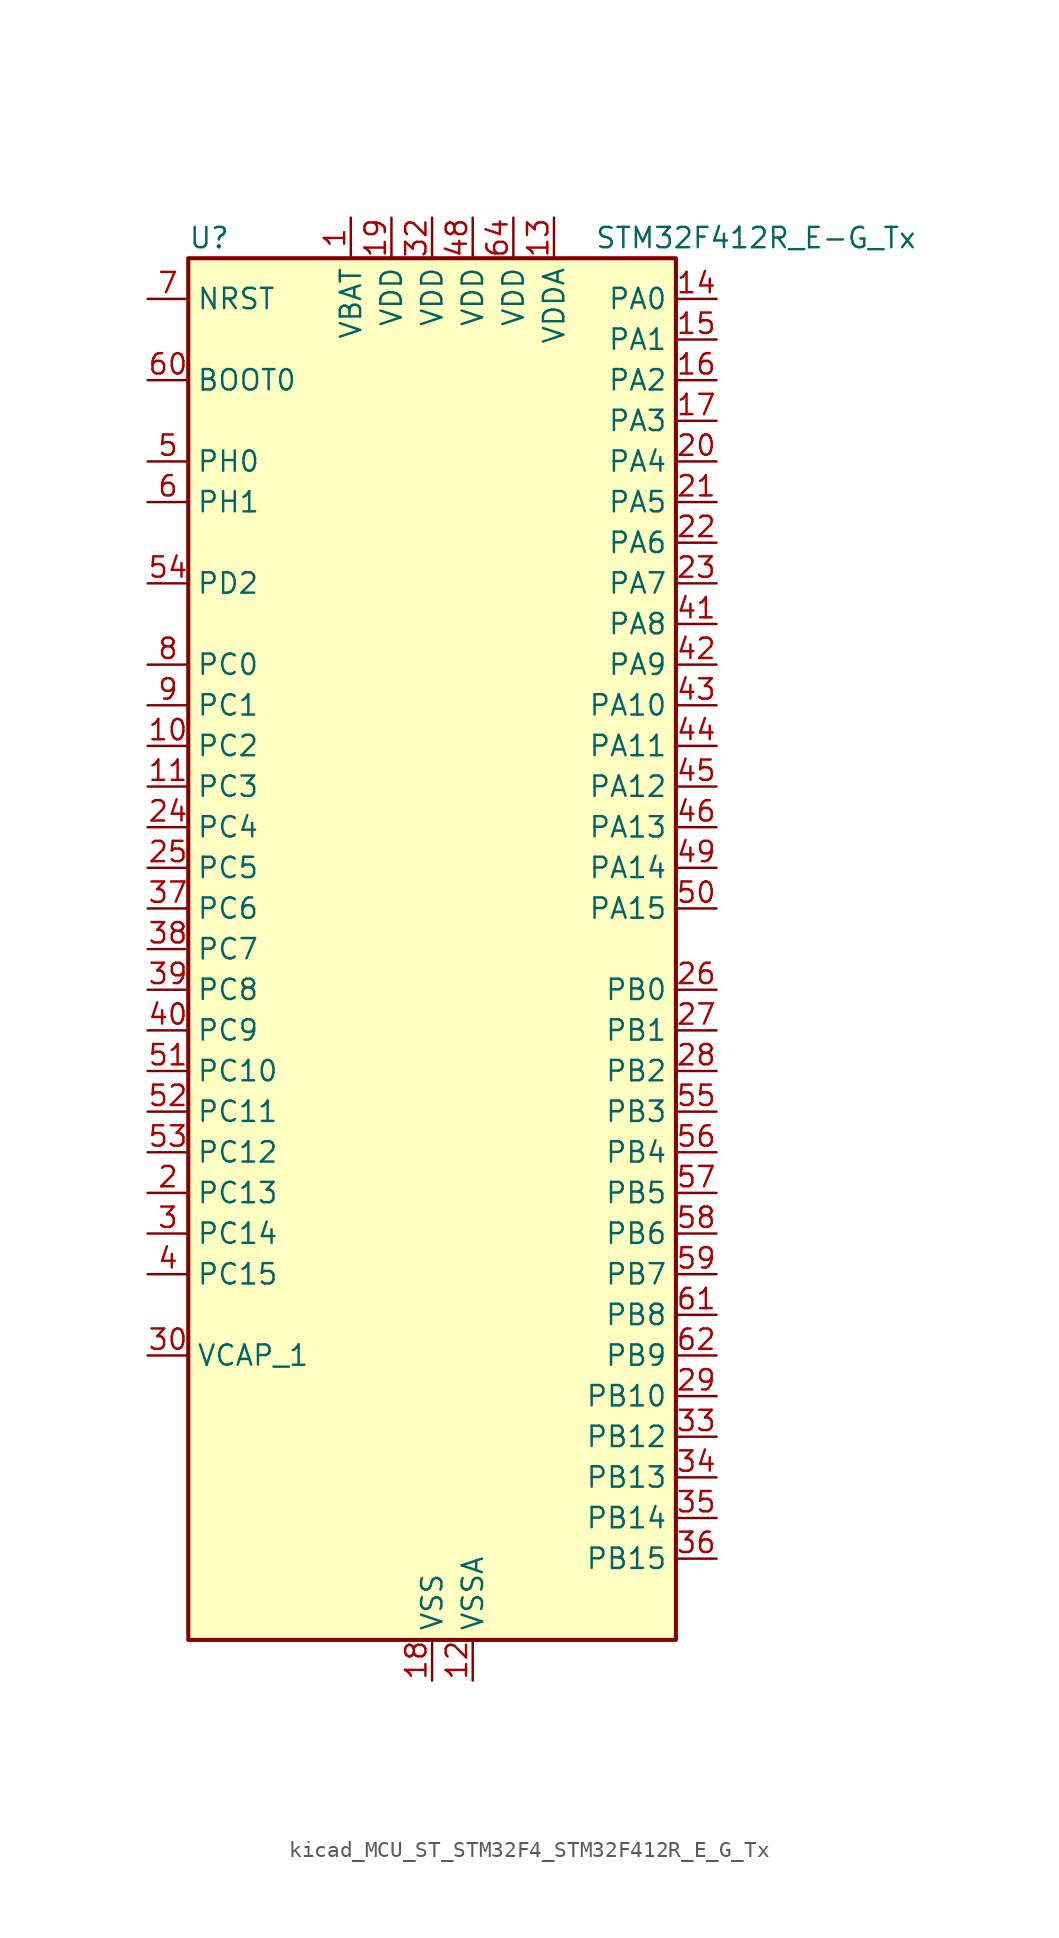
<source format=kicad_sym>
(kicad_symbol_lib
  (version 20220914)
  (generator kicad_symbol_editor)
  (symbol "kicad_MCU_ST_STM32F4_STM32F412R_E_G_Tx"
    (property "Reference" "U"
      (at -15.24 44.45 0)
      (effects (font (size 1.27 1.27)) (justify left)))
    (property "Value" "STM32F412R_E-G_Tx"
      (at 10.16 44.45 0)
      (effects (font (size 1.27 1.27)) (justify left)))
    (property "ki_locked" ""
      (at 0 0 0)
      (effects (font (size 1.27 1.27))))
    (symbol "kicad_MCU_ST_STM32F4_STM32F412R_E_G_Tx_0_1"
      (rectangle (start -15.24 -43.18) (end 15.24 43.18) (stroke (width 0.254) (type default)) (fill (type background))))
    (symbol "kicad_MCU_ST_STM32F4_STM32F412R_E_G_Tx_1_1"
      (pin power_in line (at -5.08 45.72 270) (length 2.54) (name "VBAT" (effects (font (size 1.27 1.27)))) (number "1" (effects (font (size 1.27 1.27)))))
      (pin bidirectional line (at -17.78 12.7 0) (length 2.54) (name "PC2" (effects (font (size 1.27 1.27)))) (number "10" (effects (font (size 1.27 1.27)))) (alternate "ADC1_IN12" bidirectional line) (alternate "DFSDM1_CKOUT" bidirectional line) (alternate "FSMC_NWE" bidirectional line) (alternate "I2S2_ext_SD" bidirectional line) (alternate "SPI2_MISO" bidirectional line))
      (pin bidirectional line (at -17.78 10.16 0) (length 2.54) (name "PC3" (effects (font (size 1.27 1.27)))) (number "11" (effects (font (size 1.27 1.27)))) (alternate "ADC1_IN13" bidirectional line) (alternate "FSMC_A0" bidirectional line) (alternate "I2S2_SD" bidirectional line) (alternate "SPI2_MOSI" bidirectional line))
      (pin power_in line (at 2.54 -45.72 90) (length 2.54) (name "VSSA" (effects (font (size 1.27 1.27)))) (number "12" (effects (font (size 1.27 1.27)))))
      (pin power_in line (at 7.62 45.72 270) (length 2.54) (name "VDDA" (effects (font (size 1.27 1.27)))) (number "13" (effects (font (size 1.27 1.27)))))
      (pin bidirectional line (at 17.78 40.64 180) (length 2.54) (name "PA0" (effects (font (size 1.27 1.27)))) (number "14" (effects (font (size 1.27 1.27)))) (alternate "ADC1_IN0" bidirectional line) (alternate "SYS_WKUP1" bidirectional line) (alternate "TIM2_CH1" bidirectional line) (alternate "TIM2_ETR" bidirectional line) (alternate "TIM5_CH1" bidirectional line) (alternate "TIM8_ETR" bidirectional line) (alternate "USART2_CTS" bidirectional line))
      (pin bidirectional line (at 17.78 38.1 180) (length 2.54) (name "PA1" (effects (font (size 1.27 1.27)))) (number "15" (effects (font (size 1.27 1.27)))) (alternate "ADC1_IN1" bidirectional line) (alternate "I2S4_SD" bidirectional line) (alternate "QUADSPI_BK1_IO3" bidirectional line) (alternate "SPI4_MOSI" bidirectional line) (alternate "TIM2_CH2" bidirectional line) (alternate "TIM5_CH2" bidirectional line) (alternate "USART2_RTS" bidirectional line))
      (pin bidirectional line (at 17.78 35.56 180) (length 2.54) (name "PA2" (effects (font (size 1.27 1.27)))) (number "16" (effects (font (size 1.27 1.27)))) (alternate "ADC1_IN2" bidirectional line) (alternate "FSMC_D4" bidirectional line) (alternate "FSMC_DA4" bidirectional line) (alternate "I2S_CKIN" bidirectional line) (alternate "TIM2_CH3" bidirectional line) (alternate "TIM5_CH3" bidirectional line) (alternate "TIM9_CH1" bidirectional line) (alternate "USART2_TX" bidirectional line))
      (pin bidirectional line (at 17.78 33.02 180) (length 2.54) (name "PA3" (effects (font (size 1.27 1.27)))) (number "17" (effects (font (size 1.27 1.27)))) (alternate "ADC1_IN3" bidirectional line) (alternate "FSMC_D5" bidirectional line) (alternate "FSMC_DA5" bidirectional line) (alternate "I2S2_MCK" bidirectional line) (alternate "TIM2_CH4" bidirectional line) (alternate "TIM5_CH4" bidirectional line) (alternate "TIM9_CH2" bidirectional line) (alternate "USART2_RX" bidirectional line))
      (pin power_in line (at 0 -45.72 90) (length 2.54) (name "VSS" (effects (font (size 1.27 1.27)))) (number "18" (effects (font (size 1.27 1.27)))))
      (pin power_in line (at -2.54 45.72 270) (length 2.54) (name "VDD" (effects (font (size 1.27 1.27)))) (number "19" (effects (font (size 1.27 1.27)))))
      (pin bidirectional line (at -17.78 -15.24 0) (length 2.54) (name "PC13" (effects (font (size 1.27 1.27)))) (number "2" (effects (font (size 1.27 1.27)))) (alternate "RTC_AF1" bidirectional line))
      (pin bidirectional line (at 17.78 30.48 180) (length 2.54) (name "PA4" (effects (font (size 1.27 1.27)))) (number "20" (effects (font (size 1.27 1.27)))) (alternate "ADC1_IN4" bidirectional line) (alternate "DFSDM1_DATIN1" bidirectional line) (alternate "FSMC_D6" bidirectional line) (alternate "FSMC_DA6" bidirectional line) (alternate "I2S1_WS" bidirectional line) (alternate "I2S3_WS" bidirectional line) (alternate "SPI1_NSS" bidirectional line) (alternate "SPI3_NSS" bidirectional line) (alternate "USART2_CK" bidirectional line))
      (pin bidirectional line (at 17.78 27.94 180) (length 2.54) (name "PA5" (effects (font (size 1.27 1.27)))) (number "21" (effects (font (size 1.27 1.27)))) (alternate "ADC1_IN5" bidirectional line) (alternate "DFSDM1_CKIN1" bidirectional line) (alternate "FSMC_D7" bidirectional line) (alternate "FSMC_DA7" bidirectional line) (alternate "I2S1_CK" bidirectional line) (alternate "SPI1_SCK" bidirectional line) (alternate "TIM2_CH1" bidirectional line) (alternate "TIM2_ETR" bidirectional line) (alternate "TIM8_CH1N" bidirectional line))
      (pin bidirectional line (at 17.78 25.4 180) (length 2.54) (name "PA6" (effects (font (size 1.27 1.27)))) (number "22" (effects (font (size 1.27 1.27)))) (alternate "ADC1_IN6" bidirectional line) (alternate "I2S2_MCK" bidirectional line) (alternate "QUADSPI_BK2_IO0" bidirectional line) (alternate "SDIO_CMD" bidirectional line) (alternate "SPI1_MISO" bidirectional line) (alternate "TIM13_CH1" bidirectional line) (alternate "TIM1_BKIN" bidirectional line) (alternate "TIM3_CH1" bidirectional line) (alternate "TIM8_BKIN" bidirectional line))
      (pin bidirectional line (at 17.78 22.86 180) (length 2.54) (name "PA7" (effects (font (size 1.27 1.27)))) (number "23" (effects (font (size 1.27 1.27)))) (alternate "ADC1_IN7" bidirectional line) (alternate "I2S1_SD" bidirectional line) (alternate "QUADSPI_BK2_IO1" bidirectional line) (alternate "SPI1_MOSI" bidirectional line) (alternate "TIM14_CH1" bidirectional line) (alternate "TIM1_CH1N" bidirectional line) (alternate "TIM3_CH2" bidirectional line) (alternate "TIM8_CH1N" bidirectional line))
      (pin bidirectional line (at -17.78 7.62 0) (length 2.54) (name "PC4" (effects (font (size 1.27 1.27)))) (number "24" (effects (font (size 1.27 1.27)))) (alternate "ADC1_IN14" bidirectional line) (alternate "FSMC_NE4" bidirectional line) (alternate "I2S1_MCK" bidirectional line) (alternate "QUADSPI_BK2_IO2" bidirectional line))
      (pin bidirectional line (at -17.78 5.08 0) (length 2.54) (name "PC5" (effects (font (size 1.27 1.27)))) (number "25" (effects (font (size 1.27 1.27)))) (alternate "ADC1_IN15" bidirectional line) (alternate "FMPI2C1_SMBA" bidirectional line) (alternate "FSMC_NOE" bidirectional line) (alternate "QUADSPI_BK2_IO3" bidirectional line) (alternate "USART3_RX" bidirectional line))
      (pin bidirectional line (at 17.78 -2.54 180) (length 2.54) (name "PB0" (effects (font (size 1.27 1.27)))) (number "26" (effects (font (size 1.27 1.27)))) (alternate "ADC1_IN8" bidirectional line) (alternate "I2S5_CK" bidirectional line) (alternate "SPI5_SCK" bidirectional line) (alternate "TIM1_CH2N" bidirectional line) (alternate "TIM3_CH3" bidirectional line) (alternate "TIM8_CH2N" bidirectional line))
      (pin bidirectional line (at 17.78 -5.08 180) (length 2.54) (name "PB1" (effects (font (size 1.27 1.27)))) (number "27" (effects (font (size 1.27 1.27)))) (alternate "ADC1_IN9" bidirectional line) (alternate "DFSDM1_DATIN0" bidirectional line) (alternate "I2S5_WS" bidirectional line) (alternate "QUADSPI_CLK" bidirectional line) (alternate "SPI5_NSS" bidirectional line) (alternate "TIM1_CH3N" bidirectional line) (alternate "TIM3_CH4" bidirectional line) (alternate "TIM8_CH3N" bidirectional line))
      (pin bidirectional line (at 17.78 -7.62 180) (length 2.54) (name "PB2" (effects (font (size 1.27 1.27)))) (number "28" (effects (font (size 1.27 1.27)))) (alternate "DFSDM1_CKIN0" bidirectional line) (alternate "QUADSPI_CLK" bidirectional line))
      (pin bidirectional line (at 17.78 -27.94 180) (length 2.54) (name "PB10" (effects (font (size 1.27 1.27)))) (number "29" (effects (font (size 1.27 1.27)))) (alternate "FMPI2C1_SCL" bidirectional line) (alternate "I2C2_SCL" bidirectional line) (alternate "I2S2_CK" bidirectional line) (alternate "I2S3_MCK" bidirectional line) (alternate "SDIO_D7" bidirectional line) (alternate "SPI2_SCK" bidirectional line) (alternate "TIM2_CH3" bidirectional line) (alternate "USART3_TX" bidirectional line))
      (pin bidirectional line (at -17.78 -17.78 0) (length 2.54) (name "PC14" (effects (font (size 1.27 1.27)))) (number "3" (effects (font (size 1.27 1.27)))) (alternate "RCC_OSC32_IN" bidirectional line))
      (pin power_out line (at -17.78 -25.4 0) (length 2.54) (name "VCAP_1" (effects (font (size 1.27 1.27)))) (number "30" (effects (font (size 1.27 1.27)))))
      (pin passive line (at 0 -45.72 90) (length 2.54) hide (name "VSS" (effects (font (size 1.27 1.27)))) (number "31" (effects (font (size 1.27 1.27)))))
      (pin power_in line (at 0 45.72 270) (length 2.54) (name "VDD" (effects (font (size 1.27 1.27)))) (number "32" (effects (font (size 1.27 1.27)))))
      (pin bidirectional line (at 17.78 -30.48 180) (length 2.54) (name "PB12" (effects (font (size 1.27 1.27)))) (number "33" (effects (font (size 1.27 1.27)))) (alternate "CAN2_RX" bidirectional line) (alternate "DFSDM1_DATIN1" bidirectional line) (alternate "I2C2_SMBA" bidirectional line) (alternate "I2S2_WS" bidirectional line) (alternate "I2S3_CK" bidirectional line) (alternate "I2S4_WS" bidirectional line) (alternate "SPI2_NSS" bidirectional line) (alternate "SPI3_SCK" bidirectional line) (alternate "SPI4_NSS" bidirectional line) (alternate "TIM1_BKIN" bidirectional line) (alternate "USART3_CK" bidirectional line))
      (pin bidirectional line (at 17.78 -33.02 180) (length 2.54) (name "PB13" (effects (font (size 1.27 1.27)))) (number "34" (effects (font (size 1.27 1.27)))) (alternate "CAN2_TX" bidirectional line) (alternate "DFSDM1_CKIN1" bidirectional line) (alternate "FMPI2C1_SMBA" bidirectional line) (alternate "I2S2_CK" bidirectional line) (alternate "I2S4_CK" bidirectional line) (alternate "SPI2_SCK" bidirectional line) (alternate "SPI4_SCK" bidirectional line) (alternate "TIM1_CH1N" bidirectional line) (alternate "USART3_CTS" bidirectional line))
      (pin bidirectional line (at 17.78 -35.56 180) (length 2.54) (name "PB14" (effects (font (size 1.27 1.27)))) (number "35" (effects (font (size 1.27 1.27)))) (alternate "DFSDM1_DATIN2" bidirectional line) (alternate "FMPI2C1_SDA" bidirectional line) (alternate "FSMC_D0" bidirectional line) (alternate "FSMC_DA0" bidirectional line) (alternate "I2S2_ext_SD" bidirectional line) (alternate "SDIO_D6" bidirectional line) (alternate "SPI2_MISO" bidirectional line) (alternate "TIM12_CH1" bidirectional line) (alternate "TIM1_CH2N" bidirectional line) (alternate "TIM8_CH2N" bidirectional line) (alternate "USART3_RTS" bidirectional line))
      (pin bidirectional line (at 17.78 -38.1 180) (length 2.54) (name "PB15" (effects (font (size 1.27 1.27)))) (number "36" (effects (font (size 1.27 1.27)))) (alternate "ADC1_EXTI15" bidirectional line) (alternate "DFSDM1_CKIN2" bidirectional line) (alternate "FMPI2C1_SCL" bidirectional line) (alternate "I2S2_SD" bidirectional line) (alternate "RTC_REFIN" bidirectional line) (alternate "SDIO_CK" bidirectional line) (alternate "SPI2_MOSI" bidirectional line) (alternate "TIM12_CH2" bidirectional line) (alternate "TIM1_CH3N" bidirectional line) (alternate "TIM8_CH3N" bidirectional line))
      (pin bidirectional line (at -17.78 2.54 0) (length 2.54) (name "PC6" (effects (font (size 1.27 1.27)))) (number "37" (effects (font (size 1.27 1.27)))) (alternate "DFSDM1_CKIN3" bidirectional line) (alternate "FMPI2C1_SCL" bidirectional line) (alternate "FSMC_D1" bidirectional line) (alternate "FSMC_DA1" bidirectional line) (alternate "I2S2_MCK" bidirectional line) (alternate "SDIO_D6" bidirectional line) (alternate "TIM3_CH1" bidirectional line) (alternate "TIM8_CH1" bidirectional line) (alternate "USART6_TX" bidirectional line))
      (pin bidirectional line (at -17.78 0 0) (length 2.54) (name "PC7" (effects (font (size 1.27 1.27)))) (number "38" (effects (font (size 1.27 1.27)))) (alternate "DFSDM1_DATIN3" bidirectional line) (alternate "FMPI2C1_SDA" bidirectional line) (alternate "I2S2_CK" bidirectional line) (alternate "I2S3_MCK" bidirectional line) (alternate "SDIO_D7" bidirectional line) (alternate "SPI2_SCK" bidirectional line) (alternate "TIM3_CH2" bidirectional line) (alternate "TIM8_CH2" bidirectional line) (alternate "USART6_RX" bidirectional line))
      (pin bidirectional line (at -17.78 -2.54 0) (length 2.54) (name "PC8" (effects (font (size 1.27 1.27)))) (number "39" (effects (font (size 1.27 1.27)))) (alternate "QUADSPI_BK1_IO2" bidirectional line) (alternate "SDIO_D0" bidirectional line) (alternate "TIM3_CH3" bidirectional line) (alternate "TIM8_CH3" bidirectional line) (alternate "USART6_CK" bidirectional line))
      (pin bidirectional line (at -17.78 -20.32 0) (length 2.54) (name "PC15" (effects (font (size 1.27 1.27)))) (number "4" (effects (font (size 1.27 1.27)))) (alternate "ADC1_EXTI15" bidirectional line) (alternate "RCC_OSC32_OUT" bidirectional line))
      (pin bidirectional line (at -17.78 -5.08 0) (length 2.54) (name "PC9" (effects (font (size 1.27 1.27)))) (number "40" (effects (font (size 1.27 1.27)))) (alternate "I2C3_SDA" bidirectional line) (alternate "I2S_CKIN" bidirectional line) (alternate "QUADSPI_BK1_IO0" bidirectional line) (alternate "RCC_MCO_2" bidirectional line) (alternate "SDIO_D1" bidirectional line) (alternate "TIM3_CH4" bidirectional line) (alternate "TIM8_CH4" bidirectional line))
      (pin bidirectional line (at 17.78 20.32 180) (length 2.54) (name "PA8" (effects (font (size 1.27 1.27)))) (number "41" (effects (font (size 1.27 1.27)))) (alternate "I2C3_SCL" bidirectional line) (alternate "RCC_MCO_1" bidirectional line) (alternate "SDIO_D1" bidirectional line) (alternate "TIM1_CH1" bidirectional line) (alternate "USART1_CK" bidirectional line) (alternate "USB_OTG_FS_SOF" bidirectional line))
      (pin bidirectional line (at 17.78 17.78 180) (length 2.54) (name "PA9" (effects (font (size 1.27 1.27)))) (number "42" (effects (font (size 1.27 1.27)))) (alternate "I2C3_SMBA" bidirectional line) (alternate "SDIO_D2" bidirectional line) (alternate "TIM1_CH2" bidirectional line) (alternate "USART1_TX" bidirectional line) (alternate "USB_OTG_FS_VBUS" bidirectional line))
      (pin bidirectional line (at 17.78 15.24 180) (length 2.54) (name "PA10" (effects (font (size 1.27 1.27)))) (number "43" (effects (font (size 1.27 1.27)))) (alternate "I2S5_SD" bidirectional line) (alternate "SPI5_MOSI" bidirectional line) (alternate "TIM1_CH3" bidirectional line) (alternate "USART1_RX" bidirectional line) (alternate "USB_OTG_FS_ID" bidirectional line))
      (pin bidirectional line (at 17.78 12.7 180) (length 2.54) (name "PA11" (effects (font (size 1.27 1.27)))) (number "44" (effects (font (size 1.27 1.27)))) (alternate "ADC1_EXTI11" bidirectional line) (alternate "CAN1_RX" bidirectional line) (alternate "SPI4_MISO" bidirectional line) (alternate "TIM1_CH4" bidirectional line) (alternate "USART1_CTS" bidirectional line) (alternate "USART6_TX" bidirectional line) (alternate "USB_OTG_FS_DM" bidirectional line))
      (pin bidirectional line (at 17.78 10.16 180) (length 2.54) (name "PA12" (effects (font (size 1.27 1.27)))) (number "45" (effects (font (size 1.27 1.27)))) (alternate "CAN1_TX" bidirectional line) (alternate "SPI5_MISO" bidirectional line) (alternate "TIM1_ETR" bidirectional line) (alternate "USART1_RTS" bidirectional line) (alternate "USART6_RX" bidirectional line) (alternate "USB_OTG_FS_DP" bidirectional line))
      (pin bidirectional line (at 17.78 7.62 180) (length 2.54) (name "PA13" (effects (font (size 1.27 1.27)))) (number "46" (effects (font (size 1.27 1.27)))) (alternate "SYS_JTMS-SWDIO" bidirectional line))
      (pin passive line (at 0 -45.72 90) (length 2.54) hide (name "VSS" (effects (font (size 1.27 1.27)))) (number "47" (effects (font (size 1.27 1.27)))))
      (pin power_in line (at 2.54 45.72 270) (length 2.54) (name "VDD" (effects (font (size 1.27 1.27)))) (number "48" (effects (font (size 1.27 1.27)))))
      (pin bidirectional line (at 17.78 5.08 180) (length 2.54) (name "PA14" (effects (font (size 1.27 1.27)))) (number "49" (effects (font (size 1.27 1.27)))) (alternate "SYS_JTCK-SWCLK" bidirectional line))
      (pin bidirectional line (at -17.78 30.48 0) (length 2.54) (name "PH0" (effects (font (size 1.27 1.27)))) (number "5" (effects (font (size 1.27 1.27)))) (alternate "RCC_OSC_IN" bidirectional line))
      (pin bidirectional line (at 17.78 2.54 180) (length 2.54) (name "PA15" (effects (font (size 1.27 1.27)))) (number "50" (effects (font (size 1.27 1.27)))) (alternate "ADC1_EXTI15" bidirectional line) (alternate "I2S1_WS" bidirectional line) (alternate "I2S3_WS" bidirectional line) (alternate "SPI1_NSS" bidirectional line) (alternate "SPI3_NSS" bidirectional line) (alternate "SYS_JTDI" bidirectional line) (alternate "TIM2_CH1" bidirectional line) (alternate "TIM2_ETR" bidirectional line) (alternate "USART1_TX" bidirectional line))
      (pin bidirectional line (at -17.78 -7.62 0) (length 2.54) (name "PC10" (effects (font (size 1.27 1.27)))) (number "51" (effects (font (size 1.27 1.27)))) (alternate "I2S3_CK" bidirectional line) (alternate "QUADSPI_BK1_IO1" bidirectional line) (alternate "SDIO_D2" bidirectional line) (alternate "SPI3_SCK" bidirectional line) (alternate "USART3_TX" bidirectional line))
      (pin bidirectional line (at -17.78 -10.16 0) (length 2.54) (name "PC11" (effects (font (size 1.27 1.27)))) (number "52" (effects (font (size 1.27 1.27)))) (alternate "ADC1_EXTI11" bidirectional line) (alternate "FSMC_D2" bidirectional line) (alternate "FSMC_DA2" bidirectional line) (alternate "I2S3_ext_SD" bidirectional line) (alternate "QUADSPI_BK2_NCS" bidirectional line) (alternate "SDIO_D3" bidirectional line) (alternate "SPI3_MISO" bidirectional line) (alternate "USART3_RX" bidirectional line))
      (pin bidirectional line (at -17.78 -12.7 0) (length 2.54) (name "PC12" (effects (font (size 1.27 1.27)))) (number "53" (effects (font (size 1.27 1.27)))) (alternate "FSMC_D3" bidirectional line) (alternate "FSMC_DA3" bidirectional line) (alternate "I2S3_SD" bidirectional line) (alternate "SDIO_CK" bidirectional line) (alternate "SPI3_MOSI" bidirectional line) (alternate "USART3_CK" bidirectional line))
      (pin bidirectional line (at -17.78 22.86 0) (length 2.54) (name "PD2" (effects (font (size 1.27 1.27)))) (number "54" (effects (font (size 1.27 1.27)))) (alternate "FSMC_NWE" bidirectional line) (alternate "SDIO_CMD" bidirectional line) (alternate "TIM3_ETR" bidirectional line))
      (pin bidirectional line (at 17.78 -10.16 180) (length 2.54) (name "PB3" (effects (font (size 1.27 1.27)))) (number "55" (effects (font (size 1.27 1.27)))) (alternate "FMPI2C1_SDA" bidirectional line) (alternate "I2C2_SDA" bidirectional line) (alternate "I2S1_CK" bidirectional line) (alternate "I2S3_CK" bidirectional line) (alternate "SPI1_SCK" bidirectional line) (alternate "SPI3_SCK" bidirectional line) (alternate "SYS_JTDO-SWO" bidirectional line) (alternate "TIM2_CH2" bidirectional line) (alternate "USART1_RX" bidirectional line))
      (pin bidirectional line (at 17.78 -12.7 180) (length 2.54) (name "PB4" (effects (font (size 1.27 1.27)))) (number "56" (effects (font (size 1.27 1.27)))) (alternate "I2C3_SDA" bidirectional line) (alternate "I2S3_ext_SD" bidirectional line) (alternate "SDIO_D0" bidirectional line) (alternate "SPI1_MISO" bidirectional line) (alternate "SPI3_MISO" bidirectional line) (alternate "SYS_JTRST" bidirectional line) (alternate "TIM3_CH1" bidirectional line))
      (pin bidirectional line (at 17.78 -15.24 180) (length 2.54) (name "PB5" (effects (font (size 1.27 1.27)))) (number "57" (effects (font (size 1.27 1.27)))) (alternate "CAN2_RX" bidirectional line) (alternate "I2C1_SMBA" bidirectional line) (alternate "I2S1_SD" bidirectional line) (alternate "I2S3_SD" bidirectional line) (alternate "SDIO_D3" bidirectional line) (alternate "SPI1_MOSI" bidirectional line) (alternate "SPI3_MOSI" bidirectional line) (alternate "TIM3_CH2" bidirectional line))
      (pin bidirectional line (at 17.78 -17.78 180) (length 2.54) (name "PB6" (effects (font (size 1.27 1.27)))) (number "58" (effects (font (size 1.27 1.27)))) (alternate "CAN2_TX" bidirectional line) (alternate "I2C1_SCL" bidirectional line) (alternate "QUADSPI_BK1_NCS" bidirectional line) (alternate "SDIO_D0" bidirectional line) (alternate "TIM4_CH1" bidirectional line) (alternate "USART1_TX" bidirectional line))
      (pin bidirectional line (at 17.78 -20.32 180) (length 2.54) (name "PB7" (effects (font (size 1.27 1.27)))) (number "59" (effects (font (size 1.27 1.27)))) (alternate "FSMC_NL" bidirectional line) (alternate "I2C1_SDA" bidirectional line) (alternate "TIM4_CH2" bidirectional line) (alternate "USART1_RX" bidirectional line))
      (pin bidirectional line (at -17.78 27.94 0) (length 2.54) (name "PH1" (effects (font (size 1.27 1.27)))) (number "6" (effects (font (size 1.27 1.27)))) (alternate "RCC_OSC_OUT" bidirectional line))
      (pin input line (at -17.78 35.56 0) (length 2.54) (name "BOOT0" (effects (font (size 1.27 1.27)))) (number "60" (effects (font (size 1.27 1.27)))))
      (pin bidirectional line (at 17.78 -22.86 180) (length 2.54) (name "PB8" (effects (font (size 1.27 1.27)))) (number "61" (effects (font (size 1.27 1.27)))) (alternate "CAN1_RX" bidirectional line) (alternate "I2C1_SCL" bidirectional line) (alternate "I2C3_SDA" bidirectional line) (alternate "I2S5_SD" bidirectional line) (alternate "SDIO_D4" bidirectional line) (alternate "SPI5_MOSI" bidirectional line) (alternate "TIM10_CH1" bidirectional line) (alternate "TIM4_CH3" bidirectional line))
      (pin bidirectional line (at 17.78 -25.4 180) (length 2.54) (name "PB9" (effects (font (size 1.27 1.27)))) (number "62" (effects (font (size 1.27 1.27)))) (alternate "CAN1_TX" bidirectional line) (alternate "I2C1_SDA" bidirectional line) (alternate "I2C2_SDA" bidirectional line) (alternate "I2S2_WS" bidirectional line) (alternate "SDIO_D5" bidirectional line) (alternate "SPI2_NSS" bidirectional line) (alternate "TIM11_CH1" bidirectional line) (alternate "TIM4_CH4" bidirectional line))
      (pin passive line (at 0 -45.72 90) (length 2.54) hide (name "VSS" (effects (font (size 1.27 1.27)))) (number "63" (effects (font (size 1.27 1.27)))))
      (pin power_in line (at 5.08 45.72 270) (length 2.54) (name "VDD" (effects (font (size 1.27 1.27)))) (number "64" (effects (font (size 1.27 1.27)))))
      (pin input line (at -17.78 40.64 0) (length 2.54) (name "NRST" (effects (font (size 1.27 1.27)))) (number "7" (effects (font (size 1.27 1.27)))))
      (pin bidirectional line (at -17.78 17.78 0) (length 2.54) (name "PC0" (effects (font (size 1.27 1.27)))) (number "8" (effects (font (size 1.27 1.27)))) (alternate "ADC1_IN10" bidirectional line) (alternate "SYS_WKUP2" bidirectional line))
      (pin bidirectional line (at -17.78 15.24 0) (length 2.54) (name "PC1" (effects (font (size 1.27 1.27)))) (number "9" (effects (font (size 1.27 1.27)))) (alternate "ADC1_IN11" bidirectional line) (alternate "SYS_WKUP3" bidirectional line)))))
</source>
